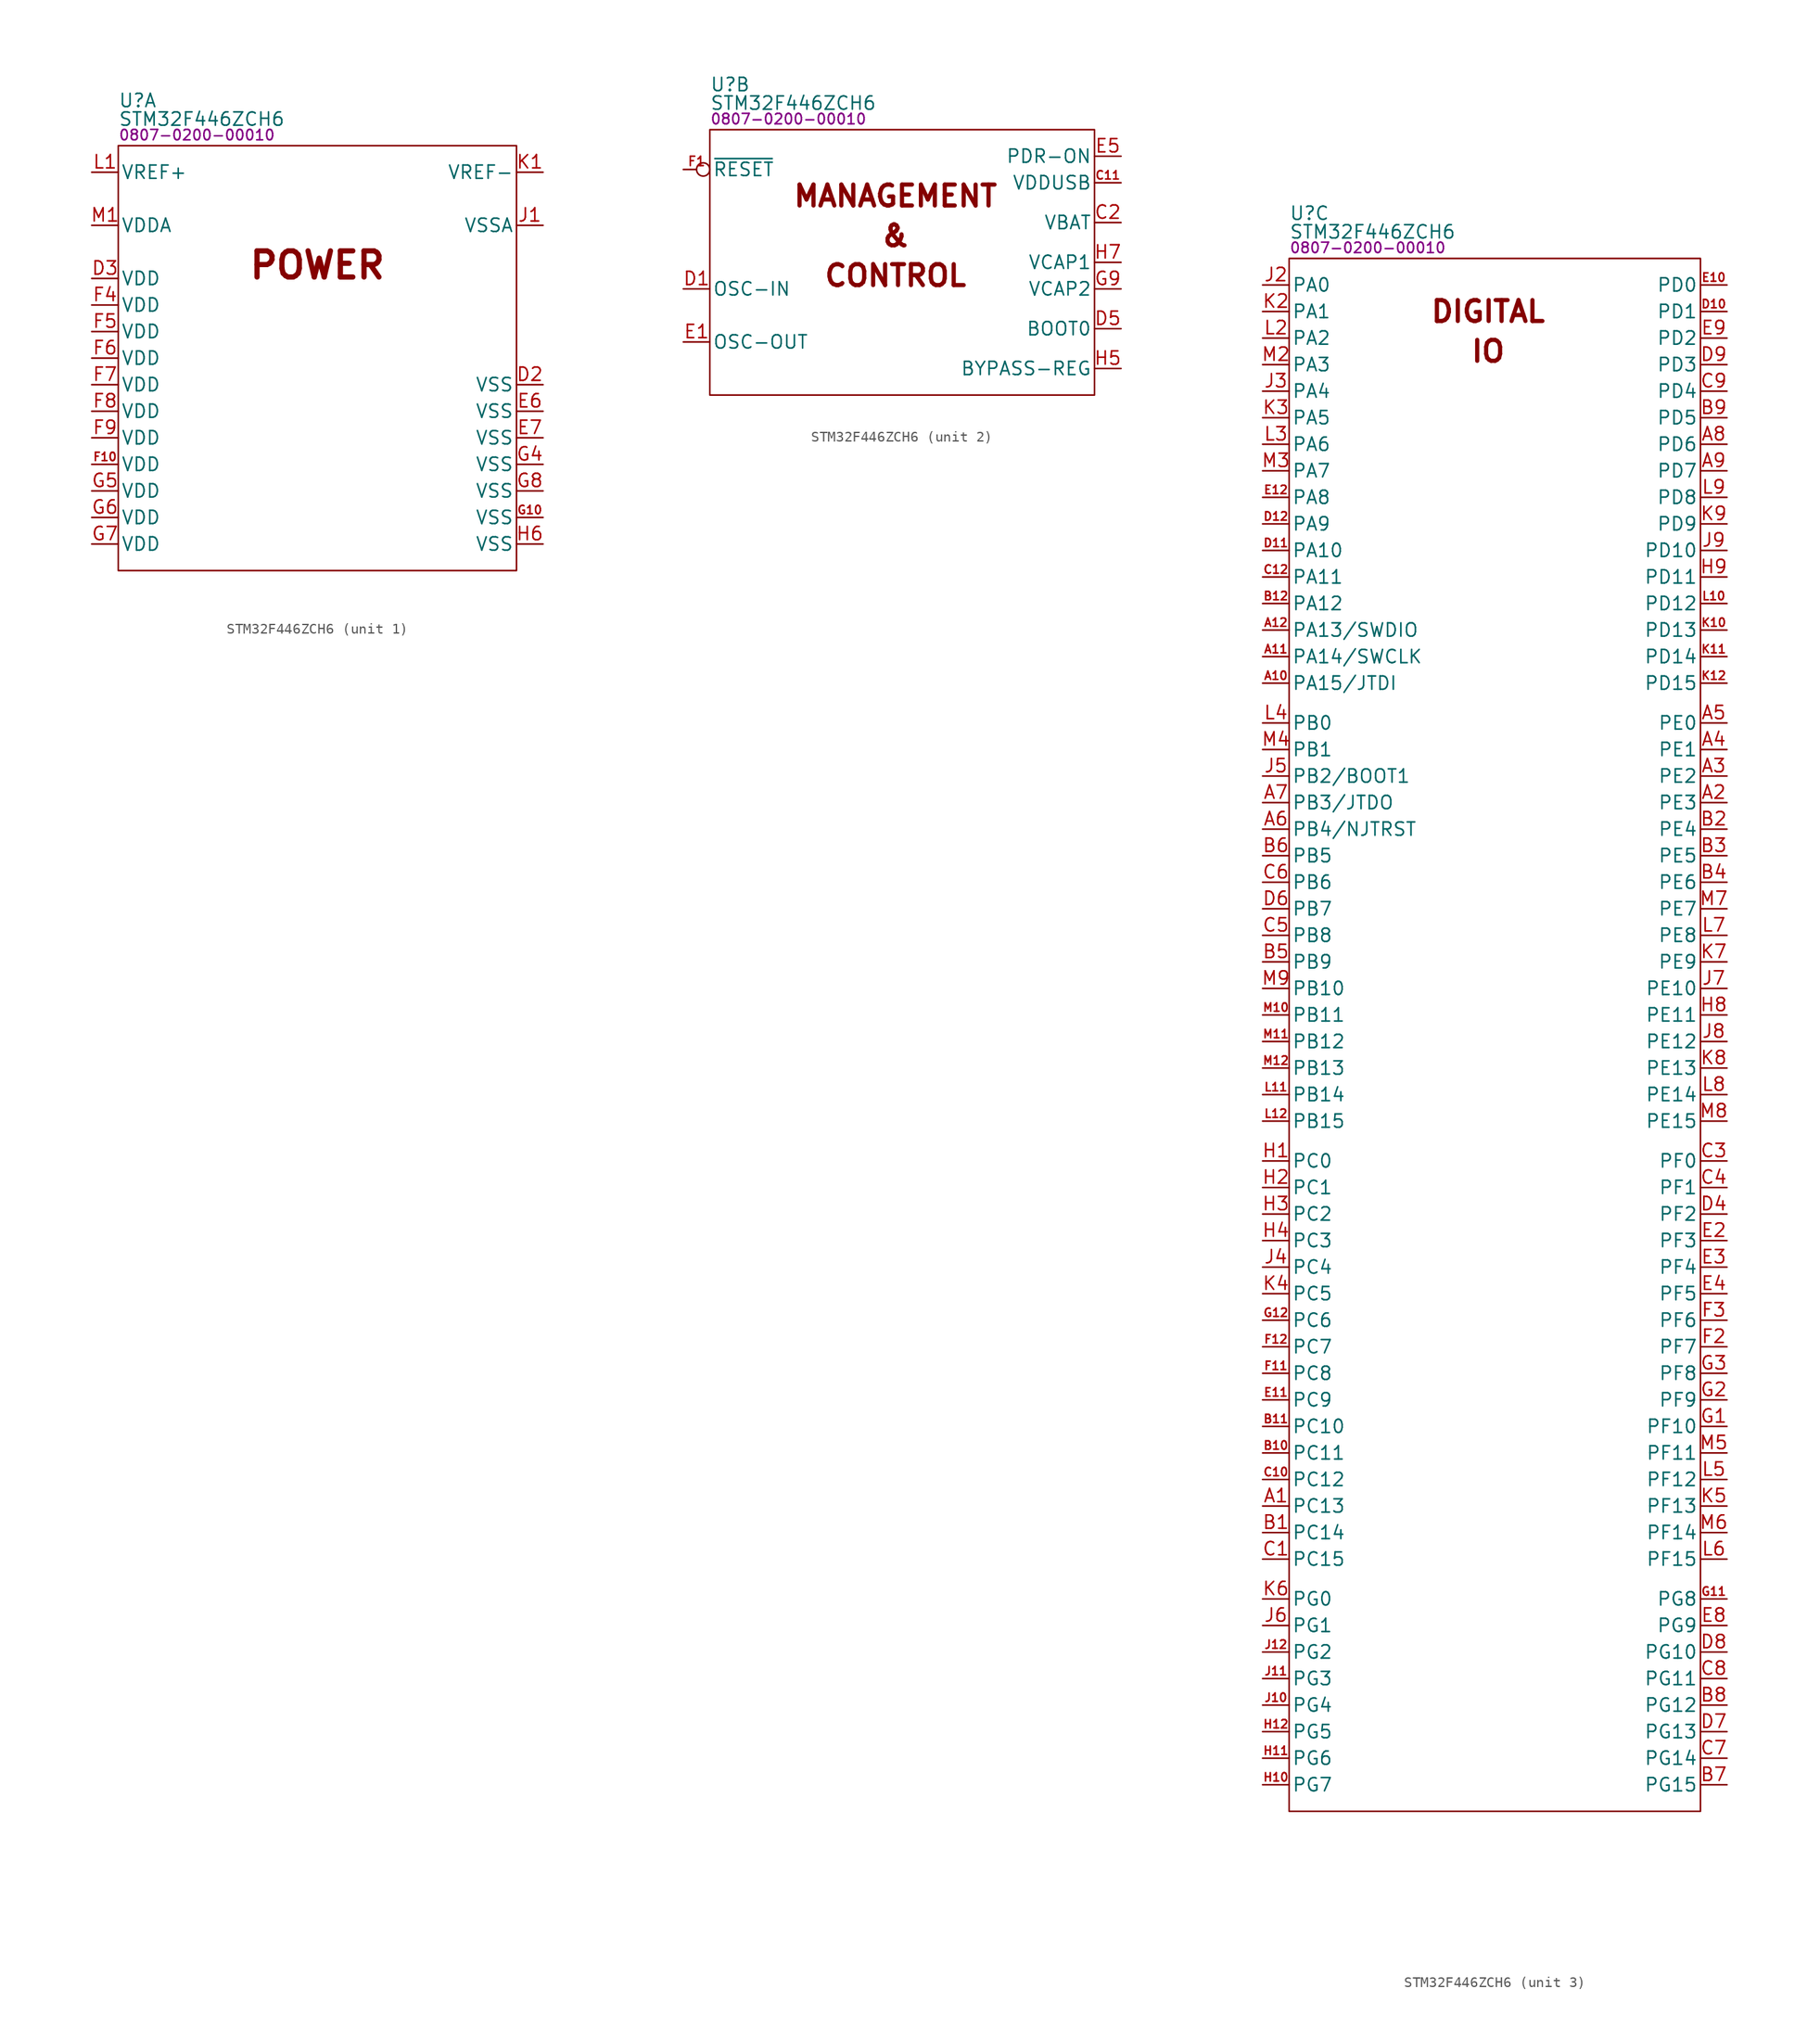
<source format=kicad_sym>
(kicad_symbol_lib
  (version 20231120)
  (generator "kicad_symbol_editor")
  (generator_version "8.0")
  (symbol "STM32F446ZCH6"
    (pin_names
      (offset 0.254))
    (property "Reference" "U"
      (at 0 4.318 0)
      (effects (font (size 1.27 1.27)) (justify left)))
    (property "Value" "STM32F446ZCH6"
      (at 0 2.54 0)
      (effects (font (size 1.27 1.27)) (justify left)))
    (property "PartNumber" "0807-0200-00010"
      (at 0 1.016 0)
      (effects (font (size 1 1)) (justify left)))
    (property "ki_locked" ""
      (at 0 0 0)
      (effects (font (size 1.27 1.27))))
    (symbol "STM32F446ZCH6_1_0"
      (text "POWER" (at 19.05 -11.43 0) (effects (font (size 2.5 2.5) (bold yes))))
      (pin power_in line (at 40.64 -22.86 180) (length 2.54) (name "VSS" (effects (font (size 1.27 1.27)))) (number "D2" (effects (font (size 1.27 1.27)))))
      (pin power_in line (at -2.54 -12.7 0) (length 2.54) (name "VDD" (effects (font (size 1.27 1.27)))) (number "D3" (effects (font (size 1.27 1.27)))))
      (pin power_in line (at 40.64 -25.4 180) (length 2.54) (name "VSS" (effects (font (size 1.27 1.27)))) (number "E6" (effects (font (size 1.27 1.27)))))
      (pin power_in line (at 40.64 -27.94 180) (length 2.54) (name "VSS" (effects (font (size 1.27 1.27)))) (number "E7" (effects (font (size 1.27 1.27)))))
      (pin power_in line (at -2.54 -30.48 0) (length 2.54) (name "VDD" (effects (font (size 1.27 1.27)))) (number "F10" (effects (font (size 0.8 0.8)))))
      (pin power_in line (at -2.54 -15.24 0) (length 2.54) (name "VDD" (effects (font (size 1.27 1.27)))) (number "F4" (effects (font (size 1.27 1.27)))))
      (pin power_in line (at -2.54 -17.78 0) (length 2.54) (name "VDD" (effects (font (size 1.27 1.27)))) (number "F5" (effects (font (size 1.27 1.27)))))
      (pin power_in line (at -2.54 -20.32 0) (length 2.54) (name "VDD" (effects (font (size 1.27 1.27)))) (number "F6" (effects (font (size 1.27 1.27)))))
      (pin power_in line (at -2.54 -22.86 0) (length 2.54) (name "VDD" (effects (font (size 1.27 1.27)))) (number "F7" (effects (font (size 1.27 1.27)))))
      (pin power_in line (at -2.54 -25.4 0) (length 2.54) (name "VDD" (effects (font (size 1.27 1.27)))) (number "F8" (effects (font (size 1.27 1.27)))))
      (pin power_in line (at -2.54 -27.94 0) (length 2.54) (name "VDD" (effects (font (size 1.27 1.27)))) (number "F9" (effects (font (size 1.27 1.27)))))
      (pin power_in line (at 40.64 -35.56 180) (length 2.54) (name "VSS" (effects (font (size 1.27 1.27)))) (number "G10" (effects (font (size 0.8 0.8)))))
      (pin power_in line (at 40.64 -30.48 180) (length 2.54) (name "VSS" (effects (font (size 1.27 1.27)))) (number "G4" (effects (font (size 1.27 1.27)))))
      (pin power_in line (at -2.54 -33.02 0) (length 2.54) (name "VDD" (effects (font (size 1.27 1.27)))) (number "G5" (effects (font (size 1.27 1.27)))))
      (pin power_in line (at -2.54 -35.56 0) (length 2.54) (name "VDD" (effects (font (size 1.27 1.27)))) (number "G6" (effects (font (size 1.27 1.27)))))
      (pin power_in line (at -2.54 -38.1 0) (length 2.54) (name "VDD" (effects (font (size 1.27 1.27)))) (number "G7" (effects (font (size 1.27 1.27)))))
      (pin power_in line (at 40.64 -33.02 180) (length 2.54) (name "VSS" (effects (font (size 1.27 1.27)))) (number "G8" (effects (font (size 1.27 1.27)))))
      (pin power_in line (at 40.64 -38.1 180) (length 2.54) (name "VSS" (effects (font (size 1.27 1.27)))) (number "H6" (effects (font (size 1.27 1.27)))))
      (pin power_in line (at 40.64 -7.62 180) (length 2.54) (name "VSSA" (effects (font (size 1.27 1.27)))) (number "J1" (effects (font (size 1.27 1.27)))))
      (pin bidirectional line (at 40.64 -2.54 180) (length 2.54) (name "VREF-" (effects (font (size 1.27 1.27)))) (number "K1" (effects (font (size 1.27 1.27)))))
      (pin bidirectional line (at -2.54 -2.54 0) (length 2.54) (name "VREF+" (effects (font (size 1.27 1.27)))) (number "L1" (effects (font (size 1.27 1.27)))))
      (pin power_in line (at -2.54 -7.62 0) (length 2.54) (name "VDDA" (effects (font (size 1.27 1.27)))) (number "M1" (effects (font (size 1.27 1.27))))))
    (symbol "STM32F446ZCH6_1_1"
      (rectangle (start 0 0) (end 38.1 -40.64) (stroke (width 0) (type default)) (fill (type none))))
    (symbol "STM32F446ZCH6_2_0"
      (text "&" (at 17.78 -10.16 0) (effects (font (size 2 2) (bold yes))))
      (text "CONTROL" (at 17.78 -13.97 0) (effects (font (size 2 2) (bold yes))))
      (text "MANAGEMENT" (at 17.78 -6.35 0) (effects (font (size 2 2) (bold yes))))
      (pin power_in line (at 39.37 -5.08 180) (length 2.54) (name "VDDUSB" (effects (font (size 1.27 1.27)))) (number "C11" (effects (font (size 0.8 0.8)))))
      (pin power_in line (at 39.37 -8.89 180) (length 2.54) (name "VBAT" (effects (font (size 1.27 1.27)))) (number "C2" (effects (font (size 1.27 1.27)))))
      (pin passive line (at -2.54 -15.24 0) (length 2.54) (name "OSC-IN" (effects (font (size 1.27 1.27)))) (number "D1" (effects (font (size 1.27 1.27)))))
      (pin input line (at 39.37 -19.05 180) (length 2.54) (name "BOOT0" (effects (font (size 1.27 1.27)))) (number "D5" (effects (font (size 1.27 1.27)))))
      (pin passive line (at -2.54 -20.32 0) (length 2.54) (name "OSC-OUT" (effects (font (size 1.27 1.27)))) (number "E1" (effects (font (size 1.27 1.27)))))
      (pin input line (at 39.37 -2.54 180) (length 2.54) (name "PDR-ON" (effects (font (size 1.27 1.27)))) (number "E5" (effects (font (size 1.27 1.27)))))
      (pin input inverted (at -2.54 -3.81 0) (length 2.54) (name "~{RESET}" (effects (font (size 1.27 1.27)))) (number "F1" (effects (font (size 0.9 0.9)))))
      (pin passive line (at 39.37 -15.24 180) (length 2.54) (name "VCAP2" (effects (font (size 1.27 1.27)))) (number "G9" (effects (font (size 1.27 1.27)))))
      (pin input line (at 39.37 -22.86 180) (length 2.54) (name "BYPASS-REG" (effects (font (size 1.27 1.27)))) (number "H5" (effects (font (size 1.27 1.27)))))
      (pin passive line (at 39.37 -12.7 180) (length 2.54) (name "VCAP1" (effects (font (size 1.27 1.27)))) (number "H7" (effects (font (size 1.27 1.27))))))
    (symbol "STM32F446ZCH6_2_1"
      (rectangle (start 0 0) (end 36.83 -25.4) (stroke (width 0) (type default)) (fill (type none))))
    (symbol "STM32F446ZCH6_3_0"
      (text "DIGITAL" (at 19.05 -5.08 0) (effects (font (size 2 2) (bold yes))))
      (text "IO" (at 19.05 -8.89 0) (effects (font (size 2 2) (bold yes))))
      (pin bidirectional line (at -2.54 -119.38 0) (length 2.54) (name "PC13" (effects (font (size 1.27 1.27)))) (number "A1" (effects (font (size 1.27 1.27)))) (alternate "EVENTOUT" output line) (alternate "TAMP_1" input line) (alternate "WKUP1" input line))
      (pin bidirectional line (at -2.54 -40.64 0) (length 2.54) (name "PA15/JTDI" (effects (font (size 1.27 1.27)))) (number "A10" (effects (font (size 0.8 0.8)))) (alternate "HDMI-CEC" bidirectional line) (alternate "I2S1-WS" bidirectional line) (alternate "I2S3-WS" bidirectional line) (alternate "JTDI" bidirectional line) (alternate "SPI1-NSS" bidirectional line) (alternate "SPI3-NSS" bidirectional line) (alternate "TIM2-CH1" bidirectional line) (alternate "TIM2-ETR" bidirectional line) (alternate "UART4-RTS" bidirectional line))
      (pin bidirectional line (at -2.54 -38.1 0) (length 2.54) (name "PA14/SWCLK" (effects (font (size 1.27 1.27)))) (number "A11" (effects (font (size 0.8 0.8)))) (alternate "JTCK" bidirectional line) (alternate "JTCK-SWCLK" bidirectional line) (alternate "SWCLK" bidirectional line))
      (pin bidirectional line (at -2.54 -35.56 0) (length 2.54) (name "PA13/SWDIO" (effects (font (size 1.27 1.27)))) (number "A12" (effects (font (size 0.8 0.8)))) (alternate "JTMS" bidirectional line) (alternate "JTMS-SWDIO" bidirectional line) (alternate "SWDIO" bidirectional line))
      (pin bidirectional line (at 41.91 -52.07 180) (length 2.54) (name "PE3" (effects (font (size 1.27 1.27)))) (number "A2" (effects (font (size 1.27 1.27)))) (alternate "FMC-A19" bidirectional line) (alternate "SAI1-SD-B" bidirectional line) (alternate "TRACED0" bidirectional line))
      (pin bidirectional line (at 41.91 -49.53 180) (length 2.54) (name "PE2" (effects (font (size 1.27 1.27)))) (number "A3" (effects (font (size 1.27 1.27)))) (alternate "FMC-A23" bidirectional line) (alternate "QSPI-BK1-IO2" bidirectional line) (alternate "SAI1-MCLK-A" bidirectional line) (alternate "SPI4-SCK" bidirectional line) (alternate "TRACECLK" bidirectional line))
      (pin bidirectional line (at 41.91 -46.99 180) (length 2.54) (name "PE1" (effects (font (size 1.27 1.27)))) (number "A4" (effects (font (size 1.27 1.27)))) (alternate "DCMI-D3" bidirectional line) (alternate "FMC-NBL1" bidirectional line))
      (pin bidirectional line (at 41.91 -44.45 180) (length 2.54) (name "PE0" (effects (font (size 1.27 1.27)))) (number "A5" (effects (font (size 1.27 1.27)))) (alternate "DCMI-D2" bidirectional line) (alternate "FMC-NBL0" bidirectional line) (alternate "SAI2-MCLK-A" bidirectional line) (alternate "TIM4-ETR" bidirectional line))
      (pin bidirectional line (at -2.54 -54.61 0) (length 2.54) (name "PB4/NJTRST" (effects (font (size 1.27 1.27)))) (number "A6" (effects (font (size 1.27 1.27)))) (alternate "I2C3-SDA" bidirectional line) (alternate "I2S2-WS" bidirectional line) (alternate "NJTRST" bidirectional line) (alternate "SPI1-CIPO" bidirectional line) (alternate "SPI2-NSS" bidirectional line) (alternate "SPI3-CIPO" bidirectional line) (alternate "TIM3-CH1" bidirectional line))
      (pin bidirectional line (at -2.54 -52.07 0) (length 2.54) (name "PB3/JTDO" (effects (font (size 1.27 1.27)))) (number "A7" (effects (font (size 1.27 1.27)))) (alternate "I2C2-SDA" bidirectional line) (alternate "I2S1-CK" bidirectional line) (alternate "I2S3-CK" bidirectional line) (alternate "JTDO" bidirectional line) (alternate "JTDO-TRACESWO" bidirectional line) (alternate "SPI1-SCK" bidirectional line) (alternate "SPI3-SCK" bidirectional line) (alternate "TIM2-CH2" bidirectional line) (alternate "TRACESWO" bidirectional line))
      (pin bidirectional line (at 41.91 -17.78 180) (length 2.54) (name "PD6" (effects (font (size 1.27 1.27)))) (number "A8" (effects (font (size 1.27 1.27)))) (alternate "DCMI-D10" bidirectional line) (alternate "FMC-NWAIT" bidirectional line) (alternate "I2S3-SD" bidirectional line) (alternate "SAI1-SD-A" bidirectional line) (alternate "SPI3-COPI" bidirectional line) (alternate "USART2-RX" bidirectional line))
      (pin bidirectional line (at 41.91 -20.32 180) (length 2.54) (name "PD7" (effects (font (size 1.27 1.27)))) (number "A9" (effects (font (size 1.27 1.27)))) (alternate "FMC-NE1" bidirectional line) (alternate "SPDIFRX-0" bidirectional line) (alternate "USART2-CK" bidirectional line))
      (pin bidirectional line (at -2.54 -121.92 0) (length 2.54) (name "PC14" (effects (font (size 1.27 1.27)))) (number "B1" (effects (font (size 1.27 1.27)))) (alternate "OSC32-IN" bidirectional line))
      (pin bidirectional line (at -2.54 -114.3 0) (length 2.54) (name "PC11" (effects (font (size 1.27 1.27)))) (number "B10" (effects (font (size 0.8 0.8)))) (alternate "DCMI-D4" bidirectional line) (alternate "QSPI-BK2-NCS" bidirectional line) (alternate "SDIO-D3" bidirectional line) (alternate "SPI3-CIPO" bidirectional line) (alternate "UART4-RX" bidirectional line) (alternate "USART3-RX" bidirectional line))
      (pin bidirectional line (at -2.54 -111.76 0) (length 2.54) (name "PC10" (effects (font (size 1.27 1.27)))) (number "B11" (effects (font (size 0.8 0.8)))) (alternate "DCMI-D8" bidirectional line) (alternate "I2S3-CK" bidirectional line) (alternate "QSPI-BK1-IO1" bidirectional line) (alternate "SDIO-D2" bidirectional line) (alternate "SPI3-SCK" bidirectional line) (alternate "UART4-TX" bidirectional line) (alternate "USART3-TX" bidirectional line))
      (pin bidirectional line (at -2.54 -33.02 0) (length 2.54) (name "PA12" (effects (font (size 1.27 1.27)))) (number "B12" (effects (font (size 0.8 0.8)))) (alternate "CAN1-TX" bidirectional line) (alternate "SAI1-FS-B" bidirectional line) (alternate "TIM1-ETR" bidirectional line) (alternate "USART1-RTS" bidirectional line) (alternate "USBFS-DP" bidirectional line))
      (pin bidirectional line (at 41.91 -54.61 180) (length 2.54) (name "PE4" (effects (font (size 1.27 1.27)))) (number "B2" (effects (font (size 1.27 1.27)))) (alternate "DCMI-D4" bidirectional line) (alternate "FMC-A20" bidirectional line) (alternate "SAI1-FS-A" bidirectional line) (alternate "SPI4-NSS" bidirectional line) (alternate "TRACED1" bidirectional line))
      (pin bidirectional line (at 41.91 -57.15 180) (length 2.54) (name "PE5" (effects (font (size 1.27 1.27)))) (number "B3" (effects (font (size 1.27 1.27)))) (alternate "DCMI-D6" bidirectional line) (alternate "FMC-A21" bidirectional line) (alternate "SAI1-SCK-A" bidirectional line) (alternate "SPI4-CIPO" bidirectional line) (alternate "TIM9-CH1" bidirectional line) (alternate "TRACED2" bidirectional line))
      (pin bidirectional line (at 41.91 -59.69 180) (length 2.54) (name "PE6" (effects (font (size 1.27 1.27)))) (number "B4" (effects (font (size 1.27 1.27)))) (alternate "DCMI-D7" bidirectional line) (alternate "FMC-A22" bidirectional line) (alternate "SAI1-SD-A" bidirectional line) (alternate "SPI4-COPI" bidirectional line) (alternate "TIM9-CH2" bidirectional line) (alternate "TRACED3" bidirectional line))
      (pin bidirectional line (at -2.54 -67.31 0) (length 2.54) (name "PB9" (effects (font (size 1.27 1.27)))) (number "B5" (effects (font (size 1.27 1.27)))) (alternate "CAN1-TX" bidirectional line) (alternate "DCMI-D7" bidirectional line) (alternate "I2C1-SDA" bidirectional line) (alternate "I2S2-WS" bidirectional line) (alternate "SAI1-FS-B" bidirectional line) (alternate "SDIO-D5" bidirectional line) (alternate "SPI2-NSS" bidirectional line) (alternate "TIM11-CH1" bidirectional line) (alternate "TIM2-CH2" bidirectional line) (alternate "TIM4-CH4" bidirectional line))
      (pin bidirectional line (at -2.54 -57.15 0) (length 2.54) (name "PB5" (effects (font (size 1.27 1.27)))) (number "B6" (effects (font (size 1.27 1.27)))) (alternate "CAN-RX" bidirectional line) (alternate "DCMI-D10" bidirectional line) (alternate "FMC-SDCKE1" bidirectional line) (alternate "I2C1-SMBA" bidirectional line) (alternate "I2S1-SD" bidirectional line) (alternate "I2S3-SD" bidirectional line) (alternate "OTG-HS-ULPI-D7" bidirectional line) (alternate "SPI1-COPI" bidirectional line) (alternate "SPI3-COPI" bidirectional line) (alternate "TIM3-CH2" bidirectional line))
      (pin bidirectional line (at 41.91 -146.05 180) (length 2.54) (name "PG15" (effects (font (size 1.27 1.27)))) (number "B7" (effects (font (size 1.27 1.27)))) (alternate "DCMI-D13" bidirectional line) (alternate "FMC-SDNCAS" bidirectional line) (alternate "USART6-CTS" bidirectional line))
      (pin bidirectional line (at 41.91 -138.43 180) (length 2.54) (name "PG12" (effects (font (size 1.27 1.27)))) (number "B8" (effects (font (size 1.27 1.27)))) (alternate "FMC-NE4" bidirectional line) (alternate "SPDIFRX-1" bidirectional line) (alternate "SPI4-CIPO" bidirectional line) (alternate "USART6-RTS" bidirectional line))
      (pin bidirectional line (at 41.91 -15.24 180) (length 2.54) (name "PD5" (effects (font (size 1.27 1.27)))) (number "B9" (effects (font (size 1.27 1.27)))) (alternate "FMC-NWE" bidirectional line) (alternate "USART2-TX" bidirectional line))
      (pin bidirectional line (at -2.54 -124.46 0) (length 2.54) (name "PC15" (effects (font (size 1.27 1.27)))) (number "C1" (effects (font (size 1.27 1.27)))) (alternate "OSC32-OUT" bidirectional line))
      (pin bidirectional line (at -2.54 -116.84 0) (length 2.54) (name "PC12" (effects (font (size 1.27 1.27)))) (number "C10" (effects (font (size 0.8 0.8)))) (alternate "DCMI-D9" bidirectional line) (alternate "I2C2-SDA" bidirectional line) (alternate "I2S3-SD" bidirectional line) (alternate "SDIO-CK" bidirectional line) (alternate "SPI3-COPI" bidirectional line) (alternate "UART5-TX" bidirectional line) (alternate "USART3-CK" bidirectional line))
      (pin bidirectional line (at -2.54 -30.48 0) (length 2.54) (name "PA11" (effects (font (size 1.27 1.27)))) (number "C12" (effects (font (size 0.8 0.8)))) (alternate "CAN1-RX" bidirectional line) (alternate "TIM1-CH4" bidirectional line) (alternate "USART1-CTS" bidirectional line) (alternate "USBFS-DM" bidirectional line))
      (pin bidirectional line (at 41.91 -86.36 180) (length 2.54) (name "PF0" (effects (font (size 1.27 1.27)))) (number "C3" (effects (font (size 1.27 1.27)))) (alternate "FMC-A0" bidirectional line) (alternate "I2C2-SDA" bidirectional line))
      (pin bidirectional line (at 41.91 -88.9 180) (length 2.54) (name "PF1" (effects (font (size 1.27 1.27)))) (number "C4" (effects (font (size 1.27 1.27)))) (alternate "FMC-A1" bidirectional line) (alternate "I2C2-SCL" bidirectional line))
      (pin bidirectional line (at -2.54 -64.77 0) (length 2.54) (name "PB8" (effects (font (size 1.27 1.27)))) (number "C5" (effects (font (size 1.27 1.27)))) (alternate "CAN1-RX" bidirectional line) (alternate "DCMI-D6" bidirectional line) (alternate "I2C1-SCL" bidirectional line) (alternate "SDIO-D4" bidirectional line) (alternate "TIM10-CH1" bidirectional line) (alternate "TIM2-CH1" bidirectional line) (alternate "TIM2-ETR" bidirectional line) (alternate "TIM4-CH3" bidirectional line))
      (pin bidirectional line (at -2.54 -59.69 0) (length 2.54) (name "PB6" (effects (font (size 1.27 1.27)))) (number "C6" (effects (font (size 1.27 1.27)))) (alternate "CAN2-TX" bidirectional line) (alternate "DCMI-D5" bidirectional line) (alternate "FMC-SDNE1" bidirectional line) (alternate "HDMI-CEC" bidirectional line) (alternate "I2C1-SCL" bidirectional line) (alternate "QSPI-BK1-NCS" bidirectional line) (alternate "TIM4-CH1" bidirectional line) (alternate "USART1-TX" bidirectional line))
      (pin bidirectional line (at 41.91 -143.51 180) (length 2.54) (name "PG14" (effects (font (size 1.27 1.27)))) (number "C7" (effects (font (size 1.27 1.27)))) (alternate "FMC-A25" bidirectional line) (alternate "QSPI-BK2-IO3" bidirectional line) (alternate "SPI4-NSS" bidirectional line) (alternate "TRACED3" bidirectional line) (alternate "USART6-TX" bidirectional line))
      (pin bidirectional line (at 41.91 -135.89 180) (length 2.54) (name "PG11" (effects (font (size 1.27 1.27)))) (number "C8" (effects (font (size 1.27 1.27)))) (alternate "DCMI-D3" bidirectional line) (alternate "SPDIFRX-0" bidirectional line) (alternate "SPI4-SCK" bidirectional line))
      (pin bidirectional line (at 41.91 -12.7 180) (length 2.54) (name "PD4" (effects (font (size 1.27 1.27)))) (number "C9" (effects (font (size 1.27 1.27)))) (alternate "FMC-NOE" bidirectional line) (alternate "USART2-RTS" bidirectional line))
      (pin bidirectional line (at 41.91 -5.08 180) (length 2.54) (name "PD1" (effects (font (size 1.27 1.27)))) (number "D10" (effects (font (size 0.8 0.8)))) (alternate "CAN1-TX" bidirectional line) (alternate "FMC-D3" bidirectional line) (alternate "I2S2-WS" bidirectional line) (alternate "SPI2-NSS" bidirectional line))
      (pin bidirectional line (at -2.54 -27.94 0) (length 2.54) (name "PA10" (effects (font (size 1.27 1.27)))) (number "D11" (effects (font (size 0.8 0.8)))) (alternate "DCMI-D1" bidirectional line) (alternate "OTG-FS-ID" bidirectional line) (alternate "TIM1-CH3" bidirectional line) (alternate "USART1-RX" bidirectional line))
      (pin bidirectional line (at -2.54 -25.4 0) (length 2.54) (name "PA9" (effects (font (size 1.27 1.27)))) (number "D12" (effects (font (size 0.8 0.8)))) (alternate "DCMI-D0" bidirectional line) (alternate "I2C3-SMBA" bidirectional line) (alternate "I2S2-CK" bidirectional line) (alternate "OTG-FS-VBUS" bidirectional line) (alternate "SAI1-SD-B" bidirectional line) (alternate "SPI2-SCK" bidirectional line) (alternate "TIM1-CH2" bidirectional line) (alternate "USART1-TX" bidirectional line))
      (pin bidirectional line (at 41.91 -91.44 180) (length 2.54) (name "PF2" (effects (font (size 1.27 1.27)))) (number "D4" (effects (font (size 1.27 1.27)))) (alternate "FMC-A2" bidirectional line) (alternate "I2C2-SMBA" bidirectional line))
      (pin bidirectional line (at -2.54 -62.23 0) (length 2.54) (name "PB7" (effects (font (size 1.27 1.27)))) (number "D6" (effects (font (size 1.27 1.27)))) (alternate "DCMI-VSYNC" bidirectional line) (alternate "FMC-NL" bidirectional line) (alternate "I2C1-SDA" bidirectional line) (alternate "SPDIFRX-0" bidirectional line) (alternate "TIM4-CH2" bidirectional line) (alternate "USART1-RX" bidirectional line))
      (pin bidirectional line (at 41.91 -140.97 180) (length 2.54) (name "PG13" (effects (font (size 1.27 1.27)))) (number "D7" (effects (font (size 1.27 1.27)))) (alternate "FMC-A24" bidirectional line) (alternate "SPI4-COPI" bidirectional line) (alternate "TRACED2" bidirectional line) (alternate "USART6-CTS" bidirectional line))
      (pin bidirectional line (at 41.91 -133.35 180) (length 2.54) (name "PG10" (effects (font (size 1.27 1.27)))) (number "D8" (effects (font (size 1.27 1.27)))) (alternate "DCMI-D2" bidirectional line) (alternate "FMC-NE3" bidirectional line) (alternate "SAI2-SD-B" bidirectional line))
      (pin bidirectional line (at 41.91 -10.16 180) (length 2.54) (name "PD3" (effects (font (size 1.27 1.27)))) (number "D9" (effects (font (size 1.27 1.27)))) (alternate "DCMI-D5" bidirectional line) (alternate "FMC-CLK" bidirectional line) (alternate "I2S2-CK" bidirectional line) (alternate "QSPI-CLK" bidirectional line) (alternate "SPI2-SCK" bidirectional line) (alternate "TRACED1" bidirectional line) (alternate "USART2-CTS" bidirectional line))
      (pin bidirectional line (at 41.91 -2.54 180) (length 2.54) (name "PD0" (effects (font (size 1.27 1.27)))) (number "E10" (effects (font (size 0.8 0.8)))) (alternate "CAN1-RX" bidirectional line) (alternate "FMC-D2" bidirectional line) (alternate "I2S3-SD" bidirectional line) (alternate "SPI3-COPI" bidirectional line) (alternate "SPI4-CIPO" bidirectional line))
      (pin bidirectional line (at -2.54 -109.22 0) (length 2.54) (name "PC9" (effects (font (size 1.27 1.27)))) (number "E11" (effects (font (size 0.8 0.8)))) (alternate "DCMI-D3" bidirectional line) (alternate "I2C3-SDA" bidirectional line) (alternate "I2S-CKIN" bidirectional line) (alternate "MCO2" bidirectional line) (alternate "QSPI-BK1-IO0" bidirectional line) (alternate "SDIO-D1" bidirectional line) (alternate "TIM3-CH4" bidirectional line) (alternate "TIM8-CH4" bidirectional line) (alternate "UART5-CTS" bidirectional line))
      (pin bidirectional line (at -2.54 -22.86 0) (length 2.54) (name "PA8" (effects (font (size 1.27 1.27)))) (number "E12" (effects (font (size 0.8 0.8)))) (alternate "I2C3-SCL" bidirectional line) (alternate "MCO1" bidirectional line) (alternate "OTG-FS-SOF" bidirectional line) (alternate "TIM1-CH1" bidirectional line) (alternate "USART1-CK" bidirectional line))
      (pin bidirectional line (at 41.91 -93.98 180) (length 2.54) (name "PF3" (effects (font (size 1.27 1.27)))) (number "E2" (effects (font (size 1.27 1.27)))) (alternate "ADC3-9" bidirectional line) (alternate "FMC-A3" bidirectional line))
      (pin bidirectional line (at 41.91 -96.52 180) (length 2.54) (name "PF4" (effects (font (size 1.27 1.27)))) (number "E3" (effects (font (size 1.27 1.27)))) (alternate "ADC3-14" bidirectional line) (alternate "FMC-A4" bidirectional line))
      (pin bidirectional line (at 41.91 -99.06 180) (length 2.54) (name "PF5" (effects (font (size 1.27 1.27)))) (number "E4" (effects (font (size 1.27 1.27)))) (alternate "ADC3-15" bidirectional line) (alternate "FMC-A5" bidirectional line))
      (pin bidirectional line (at 41.91 -130.81 180) (length 2.54) (name "PG9" (effects (font (size 1.27 1.27)))) (number "E8" (effects (font (size 1.27 1.27)))) (alternate "DCMI-VSYNC" bidirectional line) (alternate "FMC-NCE3" bidirectional line) (alternate "FMC-NE2" bidirectional line) (alternate "QSPI-BK2-IO2" bidirectional line) (alternate "SAI2-FS-B" bidirectional line) (alternate "SPDIFRX-3" bidirectional line) (alternate "USART6-RX" bidirectional line))
      (pin bidirectional line (at 41.91 -7.62 180) (length 2.54) (name "PD2" (effects (font (size 1.27 1.27)))) (number "E9" (effects (font (size 1.27 1.27)))) (alternate "DCMI-D11" bidirectional line) (alternate "SDIO-CMD" bidirectional line) (alternate "TIM3-ETR" bidirectional line) (alternate "UART5-RX" bidirectional line))
      (pin bidirectional line (at -2.54 -106.68 0) (length 2.54) (name "PC8" (effects (font (size 1.27 1.27)))) (number "F11" (effects (font (size 0.8 0.8)))) (alternate "DCMI-D2" bidirectional line) (alternate "SDIO-D0" bidirectional line) (alternate "TIM3-CH3" bidirectional line) (alternate "TIM8-CH3" bidirectional line) (alternate "TRACED0" bidirectional line) (alternate "UART5-RTS" bidirectional line) (alternate "USART6-CK" bidirectional line))
      (pin bidirectional line (at -2.54 -104.14 0) (length 2.54) (name "PC7" (effects (font (size 1.27 1.27)))) (number "F12" (effects (font (size 0.8 0.8)))) (alternate "DCMI-D1" bidirectional line) (alternate "FMPI2C1-SDA" bidirectional line) (alternate "I2S2-CK" bidirectional line) (alternate "I2S3-MCK" bidirectional line) (alternate "SDIO-D7" bidirectional line) (alternate "SPDIFRX-1" bidirectional line) (alternate "SPI2-SCK" bidirectional line) (alternate "TIM3-CH2" bidirectional line) (alternate "TIM8-CH2" bidirectional line) (alternate "USART6-RX" bidirectional line))
      (pin bidirectional line (at 41.91 -104.14 180) (length 2.54) (name "PF7" (effects (font (size 1.27 1.27)))) (number "F2" (effects (font (size 1.27 1.27)))) (alternate "ADC3-5" bidirectional line) (alternate "QSPI-BK1-IO2" bidirectional line) (alternate "SAI1-MCLK-B" bidirectional line) (alternate "TIM11-CH1" bidirectional line))
      (pin bidirectional line (at 41.91 -101.6 180) (length 2.54) (name "PF6" (effects (font (size 1.27 1.27)))) (number "F3" (effects (font (size 1.27 1.27)))) (alternate "ADC3-4" bidirectional line) (alternate "QSPI-BK1-IO3" bidirectional line) (alternate "SAI1-SD-B" bidirectional line) (alternate "TIM10-CH1" bidirectional line))
      (pin bidirectional line (at 41.91 -111.76 180) (length 2.54) (name "PF10" (effects (font (size 1.27 1.27)))) (number "G1" (effects (font (size 1.27 1.27)))) (alternate "ADC3-8" bidirectional line) (alternate "DCMI-D11" bidirectional line))
      (pin bidirectional line (at 41.91 -128.27 180) (length 2.54) (name "PG8" (effects (font (size 1.27 1.27)))) (number "G11" (effects (font (size 0.8 0.8)))) (alternate "FMC-SDCLK" bidirectional line) (alternate "SPDIFRX-2" bidirectional line) (alternate "USART6-RTS" bidirectional line))
      (pin bidirectional line (at -2.54 -101.6 0) (length 2.54) (name "PC6" (effects (font (size 1.27 1.27)))) (number "G12" (effects (font (size 0.8 0.8)))) (alternate "DCMI-D0" bidirectional line) (alternate "FMPI2C1-SCL" bidirectional line) (alternate "I2C2-MCK" bidirectional line) (alternate "SDIO-D6" bidirectional line) (alternate "TIM3-CH1" bidirectional line) (alternate "TIM8-CH1" bidirectional line) (alternate "USART6-TX" bidirectional line))
      (pin bidirectional line (at 41.91 -109.22 180) (length 2.54) (name "PF9" (effects (font (size 1.27 1.27)))) (number "G2" (effects (font (size 1.27 1.27)))) (alternate "ADC3-7" bidirectional line) (alternate "QSPI-BK1-IO1" bidirectional line) (alternate "SAI1-FS-B" bidirectional line) (alternate "TIM14-CH1" bidirectional line))
      (pin bidirectional line (at 41.91 -106.68 180) (length 2.54) (name "PF8" (effects (font (size 1.27 1.27)))) (number "G3" (effects (font (size 1.27 1.27)))) (alternate "ADC3-6" bidirectional line) (alternate "QSPI-BK1-IO0" bidirectional line) (alternate "SAI1-SCK-B" bidirectional line) (alternate "TIM13-CH1" bidirectional line))
      (pin bidirectional line (at -2.54 -86.36 0) (length 2.54) (name "PC0" (effects (font (size 1.27 1.27)))) (number "H1" (effects (font (size 1.27 1.27)))) (alternate "ADC123-10" bidirectional line) (alternate "FMC-SDNWE" bidirectional line) (alternate "OTG-HS-ULPI-STP" bidirectional line) (alternate "SAI1-MCLK-B" bidirectional line))
      (pin bidirectional line (at -2.54 -146.05 0) (length 2.54) (name "PG7" (effects (font (size 1.27 1.27)))) (number "H10" (effects (font (size 0.8 0.8)))) (alternate "DCMI-D13" bidirectional line) (alternate "FMC-INT" bidirectional line) (alternate "USART6-CK" bidirectional line))
      (pin bidirectional line (at -2.54 -143.51 0) (length 2.54) (name "PG6" (effects (font (size 1.27 1.27)))) (number "H11" (effects (font (size 0.8 0.8)))) (alternate "DCMI-D12" bidirectional line) (alternate "QSPI-BK1-NCS" bidirectional line))
      (pin bidirectional line (at -2.54 -140.97 0) (length 2.54) (name "PG5" (effects (font (size 1.27 1.27)))) (number "H12" (effects (font (size 0.8 0.8)))) (alternate "FMC-A15" bidirectional line) (alternate "FMC-BA1" bidirectional line))
      (pin bidirectional line (at -2.54 -88.9 0) (length 2.54) (name "PC1" (effects (font (size 1.27 1.27)))) (number "H2" (effects (font (size 1.27 1.27)))) (alternate "ADC123-11" bidirectional line) (alternate "I2S2-SD" bidirectional line) (alternate "I2S3-SD" bidirectional line) (alternate "SAI1-SD-A" bidirectional line) (alternate "SPI2-COPI" bidirectional line) (alternate "SPI3-COPI" bidirectional line))
      (pin bidirectional line (at -2.54 -91.44 0) (length 2.54) (name "PC2" (effects (font (size 1.27 1.27)))) (number "H3" (effects (font (size 1.27 1.27)))) (alternate "ADC123-12" bidirectional line) (alternate "FMC-SDNE0" bidirectional line) (alternate "OTG-HS-ULPI-DIR" bidirectional line) (alternate "SPI2-CIPO" bidirectional line))
      (pin bidirectional line (at -2.54 -93.98 0) (length 2.54) (name "PC3" (effects (font (size 1.27 1.27)))) (number "H4" (effects (font (size 1.27 1.27)))) (alternate "ADC123-13" bidirectional line) (alternate "FMC-SDCKE0" bidirectional line) (alternate "I2S2-SD" bidirectional line) (alternate "OTG-HS-ULPI-NXT" bidirectional line) (alternate "SPI2-COPI" bidirectional line))
      (pin bidirectional line (at 41.91 -72.39 180) (length 2.54) (name "PE11" (effects (font (size 1.27 1.27)))) (number "H8" (effects (font (size 1.27 1.27)))) (alternate "FMC-D8" bidirectional line) (alternate "SAI2-SD-B" bidirectional line) (alternate "SPI4-NSS" bidirectional line) (alternate "TIM1-CH2" bidirectional line))
      (pin bidirectional line (at 41.91 -30.48 180) (length 2.54) (name "PD11" (effects (font (size 1.27 1.27)))) (number "H9" (effects (font (size 1.27 1.27)))) (alternate "FMC-A16" bidirectional line) (alternate "FMPI2C1-SMBA" bidirectional line) (alternate "QSPI-BK1-IO0" bidirectional line) (alternate "SAI2-SD-A" bidirectional line) (alternate "USART3-CTS" bidirectional line))
      (pin bidirectional line (at -2.54 -138.43 0) (length 2.54) (name "PG4" (effects (font (size 1.27 1.27)))) (number "J10" (effects (font (size 0.8 0.8)))) (alternate "FMC-A14" bidirectional line) (alternate "FMC-BA0" bidirectional line))
      (pin bidirectional line (at -2.54 -135.89 0) (length 2.54) (name "PG3" (effects (font (size 1.27 1.27)))) (number "J11" (effects (font (size 0.8 0.8)))) (alternate "FMC-A13" bidirectional line))
      (pin bidirectional line (at -2.54 -133.35 0) (length 2.54) (name "PG2" (effects (font (size 1.27 1.27)))) (number "J12" (effects (font (size 0.8 0.8)))) (alternate "FMC-A12" bidirectional line))
      (pin bidirectional line (at -2.54 -2.54 0) (length 2.54) (name "PA0" (effects (font (size 1.27 1.27)))) (number "J2" (effects (font (size 1.27 1.27)))) (alternate "ADC123-0" bidirectional line) (alternate "TAMP-2" bidirectional line) (alternate "TIM2-CH1" bidirectional line) (alternate "TIM2-ETR" bidirectional line) (alternate "TIM5-CH1" bidirectional line) (alternate "TIM8-ETR" bidirectional line) (alternate "UART4-TX" bidirectional line) (alternate "USART2-CTS" bidirectional line) (alternate "WKUP" bidirectional line) (alternate "WKUP0" bidirectional line))
      (pin bidirectional line (at -2.54 -12.7 0) (length 2.54) (name "PA4" (effects (font (size 1.27 1.27)))) (number "J3" (effects (font (size 1.27 1.27)))) (alternate "ADC12-4" bidirectional line) (alternate "DAC-1" bidirectional line) (alternate "DCMI-HSYNC" bidirectional line) (alternate "I2S1-WS" bidirectional line) (alternate "I2S3-WS" bidirectional line) (alternate "OTG-HS-SOF" bidirectional line) (alternate "SPI1-NSS" bidirectional line) (alternate "SPI3-NSS" bidirectional line) (alternate "USART2-CK" bidirectional line))
      (pin bidirectional line (at -2.54 -96.52 0) (length 2.54) (name "PC4" (effects (font (size 1.27 1.27)))) (number "J4" (effects (font (size 1.27 1.27)))) (alternate "ADC12-14" bidirectional line) (alternate "FMC-SDNE0" bidirectional line) (alternate "I2S1-MCK" bidirectional line) (alternate "SPDIFRX-2" bidirectional line))
      (pin bidirectional line (at -2.54 -49.53 0) (length 2.54) (name "PB2/BOOT1" (effects (font (size 1.27 1.27)))) (number "J5" (effects (font (size 1.27 1.27)))) (alternate "I2S3-SD" bidirectional line) (alternate "OTG-HS-ULPI-D4" bidirectional line) (alternate "QSPI-CLK" bidirectional line) (alternate "SAI1-SD-A" bidirectional line) (alternate "SDIO-CK" bidirectional line) (alternate "SPI3-COPI" bidirectional line) (alternate "TIM2-CH4" bidirectional line))
      (pin bidirectional line (at -2.54 -130.81 0) (length 2.54) (name "PG1" (effects (font (size 1.27 1.27)))) (number "J6" (effects (font (size 1.27 1.27)))) (alternate "FMC-A11" bidirectional line))
      (pin bidirectional line (at 41.91 -69.85 180) (length 2.54) (name "PE10" (effects (font (size 1.27 1.27)))) (number "J7" (effects (font (size 1.27 1.27)))) (alternate "FMC-D7" bidirectional line) (alternate "QSPI-BK2-IO3" bidirectional line) (alternate "TIM1-CH2N" bidirectional line))
      (pin bidirectional line (at 41.91 -74.93 180) (length 2.54) (name "PE12" (effects (font (size 1.27 1.27)))) (number "J8" (effects (font (size 1.27 1.27)))) (alternate "FMC-D9" bidirectional line) (alternate "SAI2-SCK-B" bidirectional line) (alternate "SPI4-SCK" bidirectional line) (alternate "TIM1-CH3N" bidirectional line))
      (pin bidirectional line (at 41.91 -27.94 180) (length 2.54) (name "PD10" (effects (font (size 1.27 1.27)))) (number "J9" (effects (font (size 1.27 1.27)))) (alternate "FMC-D15" bidirectional line) (alternate "USART3-CK" bidirectional line))
      (pin bidirectional line (at 41.91 -35.56 180) (length 2.54) (name "PD13" (effects (font (size 1.27 1.27)))) (number "K10" (effects (font (size 0.8 0.8)))) (alternate "FMC-A18" bidirectional line) (alternate "FMPI2C1-SDA" bidirectional line) (alternate "QSPI-BK1-IO3" bidirectional line) (alternate "SAI2-SCK-A" bidirectional line) (alternate "TIM4-CH2" bidirectional line))
      (pin bidirectional line (at 41.91 -38.1 180) (length 2.54) (name "PD14" (effects (font (size 1.27 1.27)))) (number "K11" (effects (font (size 0.8 0.8)))) (alternate "FMC-D0" bidirectional line) (alternate "FMPI2C1-SCL" bidirectional line) (alternate "SAI2-SCK-A" bidirectional line) (alternate "TIM4-CH3" bidirectional line))
      (pin bidirectional line (at 41.91 -40.64 180) (length 2.54) (name "PD15" (effects (font (size 1.27 1.27)))) (number "K12" (effects (font (size 0.8 0.8)))) (alternate "FMC-D1" bidirectional line) (alternate "FMPI2C1-SDA" bidirectional line) (alternate "TIM4-CH4" bidirectional line))
      (pin bidirectional line (at -2.54 -5.08 0) (length 2.54) (name "PA1" (effects (font (size 1.27 1.27)))) (number "K2" (effects (font (size 1.27 1.27)))) (alternate "ADC123-1" bidirectional line) (alternate "QSPI-BK1-IO3" bidirectional line) (alternate "SAI2-MCLK-B" bidirectional line) (alternate "TIM2-CH2" bidirectional line) (alternate "TIM5-CH2" bidirectional line) (alternate "UART4-RX" bidirectional line) (alternate "USART2-RTS" bidirectional line))
      (pin bidirectional line (at -2.54 -15.24 0) (length 2.54) (name "PA5" (effects (font (size 1.27 1.27)))) (number "K3" (effects (font (size 1.27 1.27)))) (alternate "ADC12-5" bidirectional line) (alternate "DAC-2" bidirectional line) (alternate "I2S1-CK" bidirectional line) (alternate "OTG-HS-ULPI-CK" bidirectional line) (alternate "SPI1-SCK" bidirectional line) (alternate "TIM2-CH1" bidirectional line) (alternate "TIM2-ETR" bidirectional line) (alternate "TIM8-CH1N" bidirectional line))
      (pin bidirectional line (at -2.54 -99.06 0) (length 2.54) (name "PC5" (effects (font (size 1.27 1.27)))) (number "K4" (effects (font (size 1.27 1.27)))) (alternate "ADC12-15" bidirectional line) (alternate "FMC-SDCKE0" bidirectional line) (alternate "SPDIFRX-3" bidirectional line) (alternate "USART3-RX" bidirectional line))
      (pin bidirectional line (at 41.91 -119.38 180) (length 2.54) (name "PF13" (effects (font (size 1.27 1.27)))) (number "K5" (effects (font (size 1.27 1.27)))) (alternate "FMC-A7" bidirectional line) (alternate "FMPI2C1-SMBA" bidirectional line))
      (pin bidirectional line (at -2.54 -128.27 0) (length 2.54) (name "PG0" (effects (font (size 1.27 1.27)))) (number "K6" (effects (font (size 1.27 1.27)))) (alternate "FMC-A10" bidirectional line))
      (pin bidirectional line (at 41.91 -67.31 180) (length 2.54) (name "PE9" (effects (font (size 1.27 1.27)))) (number "K7" (effects (font (size 1.27 1.27)))) (alternate "FMC-D6" bidirectional line) (alternate "QSPI-BK2-IO2" bidirectional line) (alternate "TIM1-CH1" bidirectional line))
      (pin bidirectional line (at 41.91 -77.47 180) (length 2.54) (name "PE13" (effects (font (size 1.27 1.27)))) (number "K8" (effects (font (size 1.27 1.27)))) (alternate "FMC-D10" bidirectional line) (alternate "SAI2-FS-B" bidirectional line) (alternate "SPI4-CIPO" bidirectional line) (alternate "TIM1-CH3" bidirectional line))
      (pin bidirectional line (at 41.91 -25.4 180) (length 2.54) (name "PD9" (effects (font (size 1.27 1.27)))) (number "K9" (effects (font (size 1.27 1.27)))) (alternate "FMC-D14" bidirectional line) (alternate "USART3-RX" bidirectional line))
      (pin bidirectional line (at 41.91 -33.02 180) (length 2.54) (name "PD12" (effects (font (size 1.27 1.27)))) (number "L10" (effects (font (size 0.8 0.8)))) (alternate "FMC-A17" bidirectional line) (alternate "FMPI2C1-SCL" bidirectional line) (alternate "QSPI-BK1-IO1" bidirectional line) (alternate "SAI2-FS-A" bidirectional line) (alternate "TIM4-CH1" bidirectional line) (alternate "USART3-RTS" bidirectional line))
      (pin bidirectional line (at -2.54 -80.01 0) (length 2.54) (name "PB14" (effects (font (size 1.27 1.27)))) (number "L11" (effects (font (size 0.8 0.8)))) (alternate "SPI2-CIPO" bidirectional line) (alternate "TIM1-CH2N" bidirectional line) (alternate "TIM12-CH1" bidirectional line) (alternate "TIM8-CH2N" bidirectional line) (alternate "USART3-RTS" bidirectional line) (alternate "USB-DM" bidirectional line))
      (pin bidirectional line (at -2.54 -82.55 0) (length 2.54) (name "PB15" (effects (font (size 1.27 1.27)))) (number "L12" (effects (font (size 0.8 0.8)))) (alternate "I2S2-SD" bidirectional line) (alternate "RTC-REFIN" bidirectional line) (alternate "SPI2-COPI" bidirectional line) (alternate "TIM1-CH3N" bidirectional line) (alternate "TIM12-CH2" bidirectional line) (alternate "TIM8-CH3N" bidirectional line) (alternate "USB-DP" bidirectional line))
      (pin bidirectional line (at -2.54 -7.62 0) (length 2.54) (name "PA2" (effects (font (size 1.27 1.27)))) (number "L2" (effects (font (size 1.27 1.27)))) (alternate "ADC123-2" bidirectional line) (alternate "SAI2-SCK-B" bidirectional line) (alternate "TIM2-CH3" bidirectional line) (alternate "TIM5-CH3" bidirectional line) (alternate "TIM9-CH1" bidirectional line) (alternate "USART2-TX" bidirectional line))
      (pin bidirectional line (at -2.54 -17.78 0) (length 2.54) (name "PA6" (effects (font (size 1.27 1.27)))) (number "L3" (effects (font (size 1.27 1.27)))) (alternate "ADC12-6" bidirectional line) (alternate "DCMI-PIXCLK" bidirectional line) (alternate "I2S2-MCK" bidirectional line) (alternate "SPI1-CIPO" bidirectional line) (alternate "TIM1-BKIN" bidirectional line) (alternate "TIM13-CH1" bidirectional line) (alternate "TIM3-CH1" bidirectional line) (alternate "TIM8-BKIN" bidirectional line))
      (pin bidirectional line (at -2.54 -44.45 0) (length 2.54) (name "PB0" (effects (font (size 1.27 1.27)))) (number "L4" (effects (font (size 1.27 1.27)))) (alternate "ADC12-8" bidirectional line) (alternate "I2S3-SD" bidirectional line) (alternate "OTG-HS-ULPI-D1" bidirectional line) (alternate "SDIO-D1" bidirectional line) (alternate "SPI3-COPI" bidirectional line) (alternate "TIM1-CH2N" bidirectional line) (alternate "TIM3-CH3" bidirectional line) (alternate "TIM8-CH2N" bidirectional line) (alternate "UART4-CTS" bidirectional line))
      (pin bidirectional line (at 41.91 -116.84 180) (length 2.54) (name "PF12" (effects (font (size 1.27 1.27)))) (number "L5" (effects (font (size 1.27 1.27)))) (alternate "FMC-A6" bidirectional line))
      (pin bidirectional line (at 41.91 -124.46 180) (length 2.54) (name "PF15" (effects (font (size 1.27 1.27)))) (number "L6" (effects (font (size 1.27 1.27)))) (alternate "FMC-A9" bidirectional line) (alternate "FMPI2C1-SDA" bidirectional line))
      (pin bidirectional line (at 41.91 -64.77 180) (length 2.54) (name "PE8" (effects (font (size 1.27 1.27)))) (number "L7" (effects (font (size 1.27 1.27)))) (alternate "FMC-D5" bidirectional line) (alternate "QSPI-BK2-IO1" bidirectional line) (alternate "TIM1-CH1N" bidirectional line) (alternate "UART5-TX" bidirectional line))
      (pin bidirectional line (at 41.91 -80.01 180) (length 2.54) (name "PE14" (effects (font (size 1.27 1.27)))) (number "L8" (effects (font (size 1.27 1.27)))) (alternate "FMC-D11" bidirectional line) (alternate "SAI2-MCLK-B" bidirectional line) (alternate "SPI4-COPI" bidirectional line) (alternate "TIM1-CH4" bidirectional line))
      (pin bidirectional line (at 41.91 -22.86 180) (length 2.54) (name "PD8" (effects (font (size 1.27 1.27)))) (number "L9" (effects (font (size 1.27 1.27)))) (alternate "FMC-D13" bidirectional line) (alternate "SPDIFRX-1" bidirectional line) (alternate "USART3-TX" bidirectional line))
      (pin bidirectional line (at -2.54 -72.39 0) (length 2.54) (name "PB11" (effects (font (size 1.27 1.27)))) (number "M10" (effects (font (size 0.8 0.8)))) (alternate "I2C2-SDA" bidirectional line) (alternate "SAI2-SD-A" bidirectional line) (alternate "TIM2-CH4" bidirectional line) (alternate "USART3-RX" bidirectional line))
      (pin bidirectional line (at -2.54 -74.93 0) (length 2.54) (name "PB12" (effects (font (size 1.27 1.27)))) (number "M11" (effects (font (size 0.8 0.8)))) (alternate "CAN2-RX" bidirectional line) (alternate "I2C2-SMBA" bidirectional line) (alternate "I2S2-WS" bidirectional line) (alternate "OTG-HS-ID" bidirectional line) (alternate "OTG-HS-ULPI-D5" bidirectional line) (alternate "SAI1-SCK-B" bidirectional line) (alternate "SPI2-NSS" bidirectional line) (alternate "TIM1-BKIN" bidirectional line) (alternate "USART3-CK" bidirectional line))
      (pin bidirectional line (at -2.54 -77.47 0) (length 2.54) (name "PB13" (effects (font (size 1.27 1.27)))) (number "M12" (effects (font (size 0.8 0.8)))) (alternate "CAN2-TX" bidirectional line) (alternate "I2S2-CK" bidirectional line) (alternate "OTG-HS-ULPI-D6" bidirectional line) (alternate "OTG-HS-VBUS" bidirectional line) (alternate "SPI2-SCK" bidirectional line) (alternate "TIM1-CH1N" bidirectional line) (alternate "USART3-CTS" bidirectional line))
      (pin bidirectional line (at -2.54 -10.16 0) (length 2.54) (name "PA3" (effects (font (size 1.27 1.27)))) (number "M2" (effects (font (size 1.27 1.27)))) (alternate "ADC123-3" bidirectional line) (alternate "OTG-HS-ULPI-D0" bidirectional line) (alternate "SAI1-FS-A" bidirectional line) (alternate "TIM2-CH4" bidirectional line) (alternate "TIM5-CH4" bidirectional line) (alternate "TIM9-CH2" bidirectional line) (alternate "USART2-RX" bidirectional line))
      (pin bidirectional line (at -2.54 -20.32 0) (length 2.54) (name "PA7" (effects (font (size 1.27 1.27)))) (number "M3" (effects (font (size 1.27 1.27)))) (alternate "ADC12-7" bidirectional line) (alternate "FMC-SDNWE" bidirectional line) (alternate "I2S1-SD" bidirectional line) (alternate "SPI1-COPI" bidirectional line) (alternate "TIM1-CH1N" bidirectional line) (alternate "TIM14-CH1" bidirectional line) (alternate "TIM3-CH2" bidirectional line) (alternate "TIM8-CH1N" bidirectional line))
      (pin bidirectional line (at -2.54 -46.99 0) (length 2.54) (name "PB1" (effects (font (size 1.27 1.27)))) (number "M4" (effects (font (size 1.27 1.27)))) (alternate "ADC12-9" bidirectional line) (alternate "OTG-HS-ULPI-D2" bidirectional line) (alternate "SDIO-D2" bidirectional line) (alternate "TIM1-CH3N" bidirectional line) (alternate "TIM3-CH4" bidirectional line) (alternate "TIM8-CH3N" bidirectional line))
      (pin bidirectional line (at 41.91 -114.3 180) (length 2.54) (name "PF11" (effects (font (size 1.27 1.27)))) (number "M5" (effects (font (size 1.27 1.27)))) (alternate "DCMI-D12" bidirectional line) (alternate "FMC-SDNRAS" bidirectional line) (alternate "SAI2-SD-B" bidirectional line))
      (pin bidirectional line (at 41.91 -121.92 180) (length 2.54) (name "PF14" (effects (font (size 1.27 1.27)))) (number "M6" (effects (font (size 1.27 1.27)))) (alternate "FMC-A8" bidirectional line) (alternate "FMPI2C1-SCK" bidirectional line))
      (pin bidirectional line (at 41.91 -62.23 180) (length 2.54) (name "PE7" (effects (font (size 1.27 1.27)))) (number "M7" (effects (font (size 1.27 1.27)))) (alternate "FMC-D4" bidirectional line) (alternate "QSPI-BK2-IO0" bidirectional line) (alternate "TIM1-ETR" bidirectional line) (alternate "UART5-RX" bidirectional line))
      (pin bidirectional line (at 41.91 -82.55 180) (length 2.54) (name "PE15" (effects (font (size 1.27 1.27)))) (number "M8" (effects (font (size 1.27 1.27)))) (alternate "FMC-D12" bidirectional line) (alternate "TIM1-BKIN" bidirectional line))
      (pin bidirectional line (at -2.54 -69.85 0) (length 2.54) (name "PB10" (effects (font (size 1.27 1.27)))) (number "M9" (effects (font (size 1.27 1.27)))) (alternate "I2C2-SCL" bidirectional line) (alternate "I2S2-CK" bidirectional line) (alternate "OTG-HS-ULPI-D3" bidirectional line) (alternate "SAI1-SCK-A" bidirectional line) (alternate "SPI2-SCK" bidirectional line) (alternate "TIM2-CH3" bidirectional line) (alternate "USART3-TX" bidirectional line)))
    (symbol "STM32F446ZCH6_3_1"
      (rectangle (start 0 0) (end 39.37 -148.59) (stroke (width 0) (type default)) (fill (type none))))))
</source>
